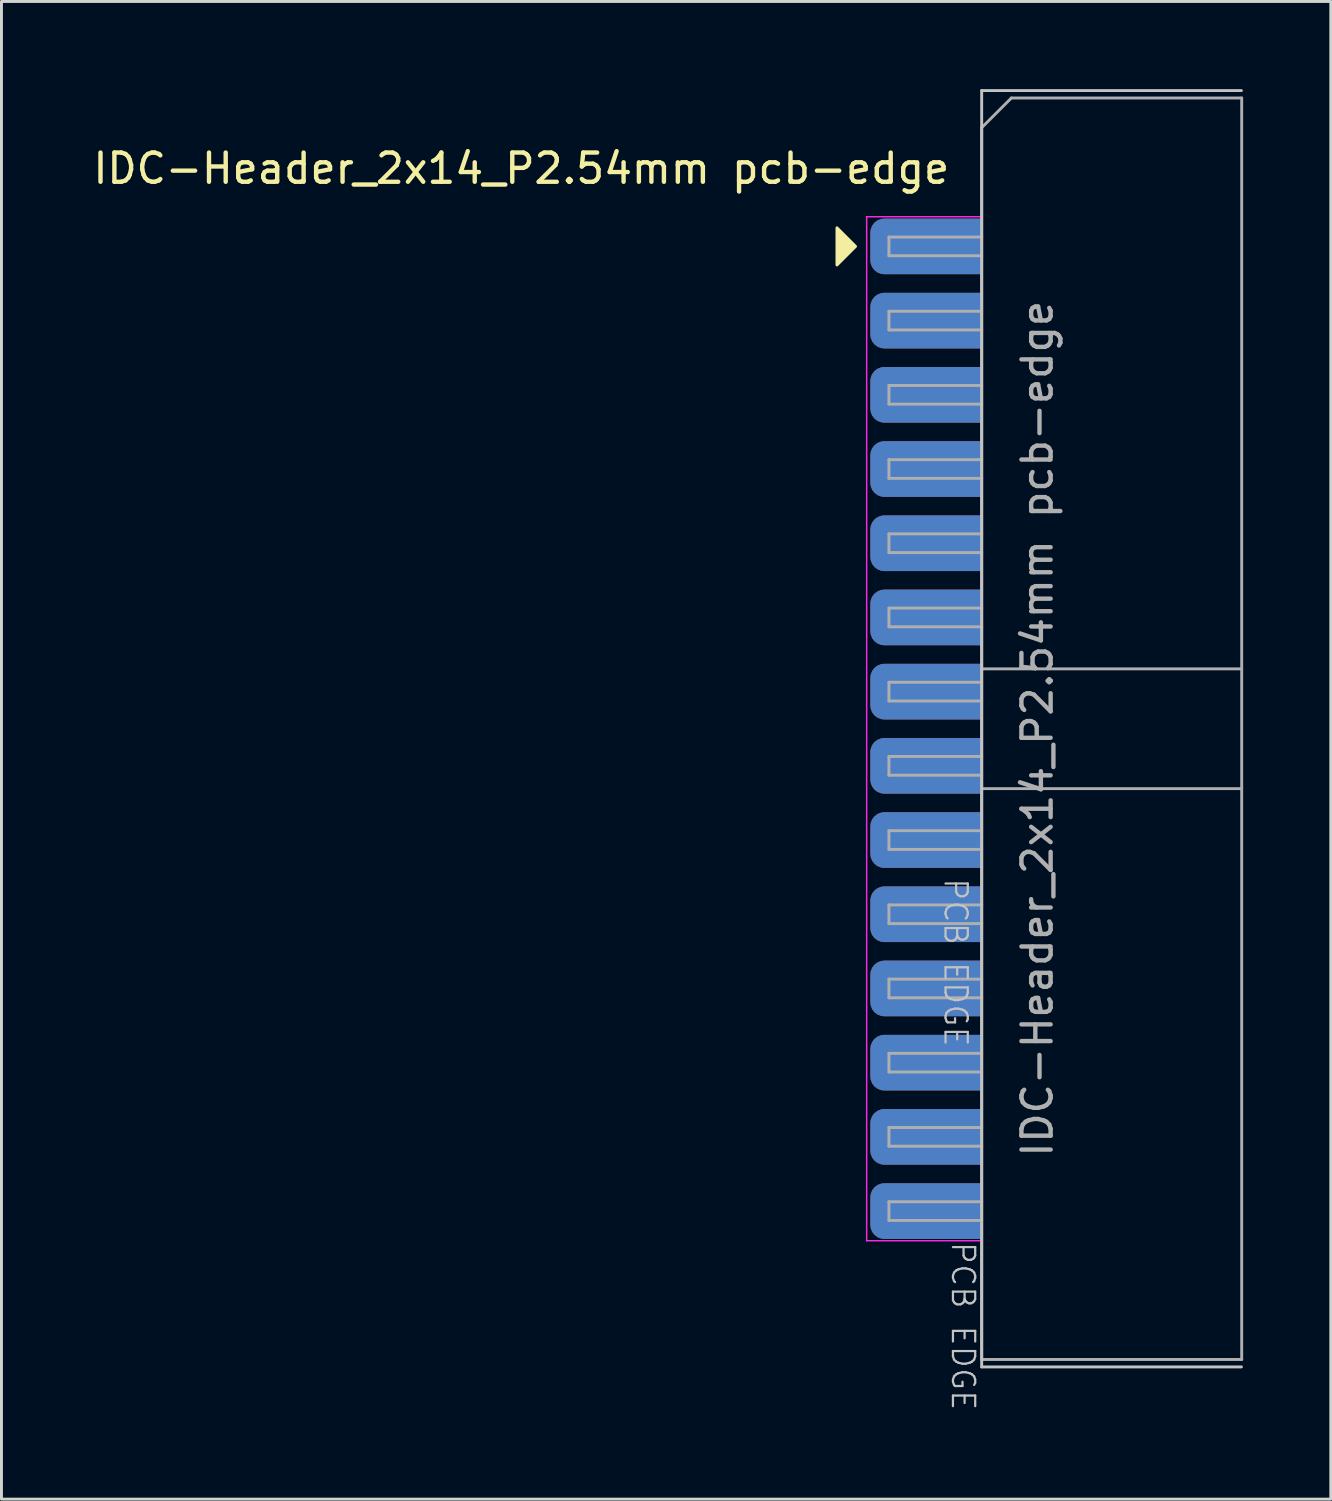
<source format=kicad_pcb>
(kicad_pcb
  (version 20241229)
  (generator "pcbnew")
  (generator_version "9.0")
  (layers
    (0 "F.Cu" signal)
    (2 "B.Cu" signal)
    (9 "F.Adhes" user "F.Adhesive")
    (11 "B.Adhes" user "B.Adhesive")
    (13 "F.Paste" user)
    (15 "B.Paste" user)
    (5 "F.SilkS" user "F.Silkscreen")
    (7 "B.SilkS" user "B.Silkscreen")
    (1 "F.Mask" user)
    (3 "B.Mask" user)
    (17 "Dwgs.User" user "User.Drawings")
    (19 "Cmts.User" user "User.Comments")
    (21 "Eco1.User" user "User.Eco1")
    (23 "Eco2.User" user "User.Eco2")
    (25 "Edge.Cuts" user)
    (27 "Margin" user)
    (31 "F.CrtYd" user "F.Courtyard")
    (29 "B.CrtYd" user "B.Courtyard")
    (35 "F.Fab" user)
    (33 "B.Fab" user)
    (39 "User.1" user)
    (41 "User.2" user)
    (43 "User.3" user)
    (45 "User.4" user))
  (footprint "IDC-Header_2x14_P2.54mm pcb-edge"
    (layer "F.Cu")
    (at 30.552 21.894)
    (property "Reference" "IDC-Header_2x14_P2.54mm pcb-edge" (at -1.016 -19.177 0) (unlocked yes) (layer "F.SilkS") (effects (font (size 1 1) (thickness 0.15)) (justify right)))
    (attr through_hole)
    (fp_poly (pts (xy -4.318 -16.51) (xy -4.953 -15.875) (xy -4.953 -17.145)) (stroke (width 0.1) (type solid)) (fill yes) (layer "F.SilkS"))
    (fp_line (start 0 -21.844) (end 0 21.844) (stroke (width 0.1) (type default)) (layer "Dwgs.User"))
    (fp_line (start 0 21.844) (end 8.89 21.844) (stroke (width 0.1) (type default)) (layer "Dwgs.User"))
    (fp_line (start 8.89 -21.844) (end 0 -21.844) (stroke (width 0.1) (type default)) (layer "Dwgs.User"))
    (fp_line (start -3.937 -17.526) (end -3.937 17.526) (stroke (width 0.05) (type solid)) (layer "F.CrtYd"))
    (fp_line (start -3.937 17.526) (end 0 17.526) (stroke (width 0.05) (type solid)) (layer "F.CrtYd"))
    (fp_line (start 0 -17.526) (end -3.937 -17.526) (stroke (width 0.05) (type solid)) (layer "F.CrtYd"))
    (fp_line (start 0 4.826) (end 0 -7.366) (stroke (width 0.05) (type solid)) (layer "F.CrtYd"))
    (fp_line (start -3.175 -16.83) (end -3.175 -16.19) (stroke (width 0.1) (type solid)) (layer "F.Fab"))
    (fp_line (start -3.175 -16.19) (end 0 -16.19) (stroke (width 0.1) (type solid)) (layer "F.Fab"))
    (fp_line (start -3.175 -14.29) (end -3.175 -13.65) (stroke (width 0.1) (type solid)) (layer "F.Fab"))
    (fp_line (start -3.175 -13.65) (end 0 -13.65) (stroke (width 0.1) (type solid)) (layer "F.Fab"))
    (fp_line (start -3.175 -11.75) (end -3.175 -11.11) (stroke (width 0.1) (type solid)) (layer "F.Fab"))
    (fp_line (start -3.175 -11.11) (end 0 -11.11) (stroke (width 0.1) (type solid)) (layer "F.Fab"))
    (fp_line (start -3.175 -9.21) (end -3.175 -8.57) (stroke (width 0.1) (type solid)) (layer "F.Fab"))
    (fp_line (start -3.175 -8.57) (end 0 -8.57) (stroke (width 0.1) (type solid)) (layer "F.Fab"))
    (fp_line (start -3.175 -6.67) (end -3.175 -6.03) (stroke (width 0.1) (type solid)) (layer "F.Fab"))
    (fp_line (start -3.175 -6.03) (end 0 -6.03) (stroke (width 0.1) (type solid)) (layer "F.Fab"))
    (fp_line (start -3.175 -4.13) (end -3.175 -3.49) (stroke (width 0.1) (type solid)) (layer "F.Fab"))
    (fp_line (start -3.175 -3.49) (end 0 -3.49) (stroke (width 0.1) (type solid)) (layer "F.Fab"))
    (fp_line (start -3.175 -1.59) (end -3.175 -0.95) (stroke (width 0.1) (type solid)) (layer "F.Fab"))
    (fp_line (start -3.175 -0.95) (end 0 -0.95) (stroke (width 0.1) (type solid)) (layer "F.Fab"))
    (fp_line (start -3.175 0.95) (end -3.175 1.59) (stroke (width 0.1) (type solid)) (layer "F.Fab"))
    (fp_line (start -3.175 1.59) (end 0 1.59) (stroke (width 0.1) (type solid)) (layer "F.Fab"))
    (fp_line (start -3.175 3.49) (end -3.175 4.13) (stroke (width 0.1) (type solid)) (layer "F.Fab"))
    (fp_line (start -3.175 4.13) (end 0 4.13) (stroke (width 0.1) (type solid)) (layer "F.Fab"))
    (fp_line (start -3.175 6.03) (end -3.175 6.67) (stroke (width 0.1) (type solid)) (layer "F.Fab"))
    (fp_line (start -3.175 6.67) (end 0 6.67) (stroke (width 0.1) (type solid)) (layer "F.Fab"))
    (fp_line (start -3.175 8.57) (end -3.175 9.21) (stroke (width 0.1) (type solid)) (layer "F.Fab"))
    (fp_line (start -3.175 9.21) (end 0 9.21) (stroke (width 0.1) (type solid)) (layer "F.Fab"))
    (fp_line (start -3.175 11.11) (end -3.175 11.75) (stroke (width 0.1) (type solid)) (layer "F.Fab"))
    (fp_line (start -3.175 11.75) (end 0 11.75) (stroke (width 0.1) (type solid)) (layer "F.Fab"))
    (fp_line (start -3.175 13.65) (end -3.175 14.29) (stroke (width 0.1) (type solid)) (layer "F.Fab"))
    (fp_line (start -3.175 14.29) (end 0 14.29) (stroke (width 0.1) (type solid)) (layer "F.Fab"))
    (fp_line (start -3.175 16.19) (end -3.175 16.83) (stroke (width 0.1) (type solid)) (layer "F.Fab"))
    (fp_line (start -3.175 16.83) (end 0 16.83) (stroke (width 0.1) (type solid)) (layer "F.Fab"))
    (fp_line (start 0 -20.574) (end 1.016 -21.59) (stroke (width 0.1) (type default)) (layer "F.Fab"))
    (fp_line (start 0 -16.83) (end -3.175 -16.83) (stroke (width 0.1) (type solid)) (layer "F.Fab"))
    (fp_line (start 0 -14.29) (end -3.175 -14.29) (stroke (width 0.1) (type solid)) (layer "F.Fab"))
    (fp_line (start 0 -11.75) (end -3.175 -11.75) (stroke (width 0.1) (type solid)) (layer "F.Fab"))
    (fp_line (start 0 -9.21) (end -3.175 -9.21) (stroke (width 0.1) (type solid)) (layer "F.Fab"))
    (fp_line (start 0 -6.67) (end -3.175 -6.67) (stroke (width 0.1) (type solid)) (layer "F.Fab"))
    (fp_line (start 0 -4.13) (end -3.175 -4.13) (stroke (width 0.1) (type solid)) (layer "F.Fab"))
    (fp_line (start 0 -2.05) (end 8.9 -2.05) (stroke (width 0.1) (type solid)) (layer "F.Fab"))
    (fp_line (start 0 -1.59) (end -3.175 -1.59) (stroke (width 0.1) (type solid)) (layer "F.Fab"))
    (fp_line (start 0 0.95) (end -3.175 0.95) (stroke (width 0.1) (type solid)) (layer "F.Fab"))
    (fp_line (start 0 2.05) (end 8.9 2.05) (stroke (width 0.1) (type solid)) (layer "F.Fab"))
    (fp_line (start 0 3.49) (end -3.175 3.49) (stroke (width 0.1) (type solid)) (layer "F.Fab"))
    (fp_line (start 0 6.03) (end -3.175 6.03) (stroke (width 0.1) (type solid)) (layer "F.Fab"))
    (fp_line (start 0 8.57) (end -3.175 8.57) (stroke (width 0.1) (type solid)) (layer "F.Fab"))
    (fp_line (start 0 11.11) (end -3.175 11.11) (stroke (width 0.1) (type solid)) (layer "F.Fab"))
    (fp_line (start 0 13.65) (end -3.175 13.65) (stroke (width 0.1) (type solid)) (layer "F.Fab"))
    (fp_line (start 0 16.19) (end -3.175 16.19) (stroke (width 0.1) (type solid)) (layer "F.Fab"))
    (fp_line (start 0 21.59) (end 0 -20.574) (stroke (width 0.1) (type solid)) (layer "F.Fab"))
    (fp_line (start 1.016 -21.59) (end 8.9 -21.59) (stroke (width 0.1) (type solid)) (layer "F.Fab"))
    (fp_line (start 8.9 -21.59) (end 8.9 21.59) (stroke (width 0.1) (type solid)) (layer "F.Fab"))
    (fp_line (start 8.9 21.59) (end 0 21.59) (stroke (width 0.1) (type solid)) (layer "F.Fab"))
    (fp_text user "PCB EDGE" (at -0.889 8.001 270) (unlocked yes) (layer "Dwgs.User") (effects (font (size 0.762 0.762) (thickness 0.076))))
    (fp_text user "PCB EDGE" (at -0.635 20.447 270) (unlocked yes) (layer "Dwgs.User") (effects (font (size 0.762 0.762) (thickness 0.076))))
    (fp_text user "${REFERENCE}" (at 1.905 0 90) (layer "F.Fab") (effects (font (size 1 1) (thickness 0.15))))
    (pad "1" connect roundrect (at -1.905 -16.51) (size 3.81 1.905) (layers "F.Cu" "F.Mask") (roundrect_rratio 0.25) (chamfer_ratio 0) (chamfer top_right bottom_right))
    (pad "2" connect roundrect (at -1.905 -16.51) (size 3.81 1.905) (layers "B.Cu" "B.Mask") (roundrect_rratio 0.25) (chamfer_ratio 0) (chamfer top_right bottom_right))
    (pad "3" connect roundrect (at -1.905 -13.97) (size 3.81 1.905) (layers "F.Cu" "F.Mask") (roundrect_rratio 0.25) (chamfer_ratio 0) (chamfer top_right bottom_right))
    (pad "4" connect roundrect (at -1.905 -13.97) (size 3.81 1.905) (layers "B.Cu" "B.Mask") (roundrect_rratio 0.25) (chamfer_ratio 0) (chamfer top_right bottom_right))
    (pad "5" connect roundrect (at -1.905 -11.43) (size 3.81 1.905) (layers "F.Cu" "F.Mask") (roundrect_rratio 0.25) (chamfer_ratio 0) (chamfer top_right bottom_right))
    (pad "6" connect roundrect (at -1.905 -11.43) (size 3.81 1.905) (layers "B.Cu" "B.Mask") (roundrect_rratio 0.25) (chamfer_ratio 0) (chamfer top_right bottom_right))
    (pad "7" connect roundrect (at -1.905 -8.89) (size 3.81 1.905) (layers "F.Cu" "F.Mask") (roundrect_rratio 0.25) (chamfer_ratio 0) (chamfer top_right bottom_right))
    (pad "8" connect roundrect (at -1.905 -8.89) (size 3.81 1.905) (layers "B.Cu" "B.Mask") (roundrect_rratio 0.25) (chamfer_ratio 0) (chamfer top_right bottom_right))
    (pad "9" connect roundrect (at -1.905 -6.35) (size 3.81 1.905) (layers "F.Cu" "F.Mask") (roundrect_rratio 0.25) (chamfer_ratio 0) (chamfer top_right bottom_right))
    (pad "10" connect roundrect (at -1.905 -6.35) (size 3.81 1.905) (layers "B.Cu" "B.Mask") (roundrect_rratio 0.25) (chamfer_ratio 0) (chamfer top_right bottom_right))
    (pad "11" connect roundrect (at -1.905 -3.81) (size 3.81 1.905) (layers "F.Cu" "F.Mask") (roundrect_rratio 0.25) (chamfer_ratio 0) (chamfer top_right bottom_right))
    (pad "12" connect roundrect (at -1.905 -3.81) (size 3.81 1.905) (layers "B.Cu" "B.Mask") (roundrect_rratio 0.25) (chamfer_ratio 0) (chamfer top_right bottom_right))
    (pad "13" connect roundrect (at -1.905 -1.27) (size 3.81 1.905) (layers "F.Cu" "F.Mask") (roundrect_rratio 0.25) (chamfer_ratio 0) (chamfer top_right bottom_right))
    (pad "14" connect roundrect (at -1.905 -1.27) (size 3.81 1.905) (layers "B.Cu" "B.Mask") (roundrect_rratio 0.25) (chamfer_ratio 0) (chamfer top_right bottom_right))
    (pad "15" connect roundrect (at -1.905 1.27) (size 3.81 1.905) (layers "F.Cu" "F.Mask") (roundrect_rratio 0.25) (chamfer_ratio 0) (chamfer top_right bottom_right))
    (pad "16" connect roundrect (at -1.905 1.27) (size 3.81 1.905) (layers "B.Cu" "B.Mask") (roundrect_rratio 0.25) (chamfer_ratio 0) (chamfer top_right bottom_right))
    (pad "17" connect roundrect (at -1.905 3.81) (size 3.81 1.905) (layers "F.Cu" "F.Mask") (roundrect_rratio 0.25) (chamfer_ratio 0) (chamfer top_right bottom_right))
    (pad "18" connect roundrect (at -1.905 3.81) (size 3.81 1.905) (layers "B.Cu" "B.Mask") (roundrect_rratio 0.25) (chamfer_ratio 0) (chamfer top_right bottom_right))
    (pad "19" connect roundrect (at -1.905 6.35) (size 3.81 1.905) (layers "F.Cu" "F.Mask") (roundrect_rratio 0.25) (chamfer_ratio 0) (chamfer top_right bottom_right))
    (pad "20" connect roundrect (at -1.905 6.35) (size 3.81 1.905) (layers "B.Cu" "B.Mask") (roundrect_rratio 0.25) (chamfer_ratio 0) (chamfer top_right bottom_right))
    (pad "21" connect roundrect (at -1.905 8.89) (size 3.81 1.905) (layers "F.Cu" "F.Mask") (roundrect_rratio 0.25) (chamfer_ratio 0) (chamfer top_right bottom_right))
    (pad "22" connect roundrect (at -1.905 8.89) (size 3.81 1.905) (layers "B.Cu" "B.Mask") (roundrect_rratio 0.25) (chamfer_ratio 0) (chamfer top_right bottom_right))
    (pad "23" connect roundrect (at -1.905 11.43) (size 3.81 1.905) (layers "F.Cu" "F.Mask") (roundrect_rratio 0.25) (chamfer_ratio 0) (chamfer top_right bottom_right))
    (pad "24" connect roundrect (at -1.905 11.43) (size 3.81 1.905) (layers "B.Cu" "B.Mask") (roundrect_rratio 0.25) (chamfer_ratio 0) (chamfer top_right bottom_right))
    (pad "25" connect roundrect (at -1.905 13.97) (size 3.81 1.905) (layers "F.Cu" "F.Mask") (roundrect_rratio 0.25) (chamfer_ratio 0) (chamfer top_right bottom_right))
    (pad "26" connect roundrect (at -1.905 13.97) (size 3.81 1.905) (layers "B.Cu" "B.Mask") (roundrect_rratio 0.25) (chamfer_ratio 0) (chamfer top_right bottom_right))
    (pad "27" connect roundrect (at -1.905 16.51) (size 3.81 1.905) (layers "F.Cu" "F.Mask") (roundrect_rratio 0.25) (chamfer_ratio 0) (chamfer top_right bottom_right))
    (pad "28" connect roundrect (at -1.905 16.51) (size 3.81 1.905) (layers "B.Cu" "B.Mask") (roundrect_rratio 0.25) (chamfer_ratio 0) (chamfer top_right bottom_right)))
  (gr_rect
    (start -3 -3)
    (end 42.502 48.264)
    (stroke (width 0.1) (type default))
    (fill no)
    (layer "Edge.Cuts")))
</source>
